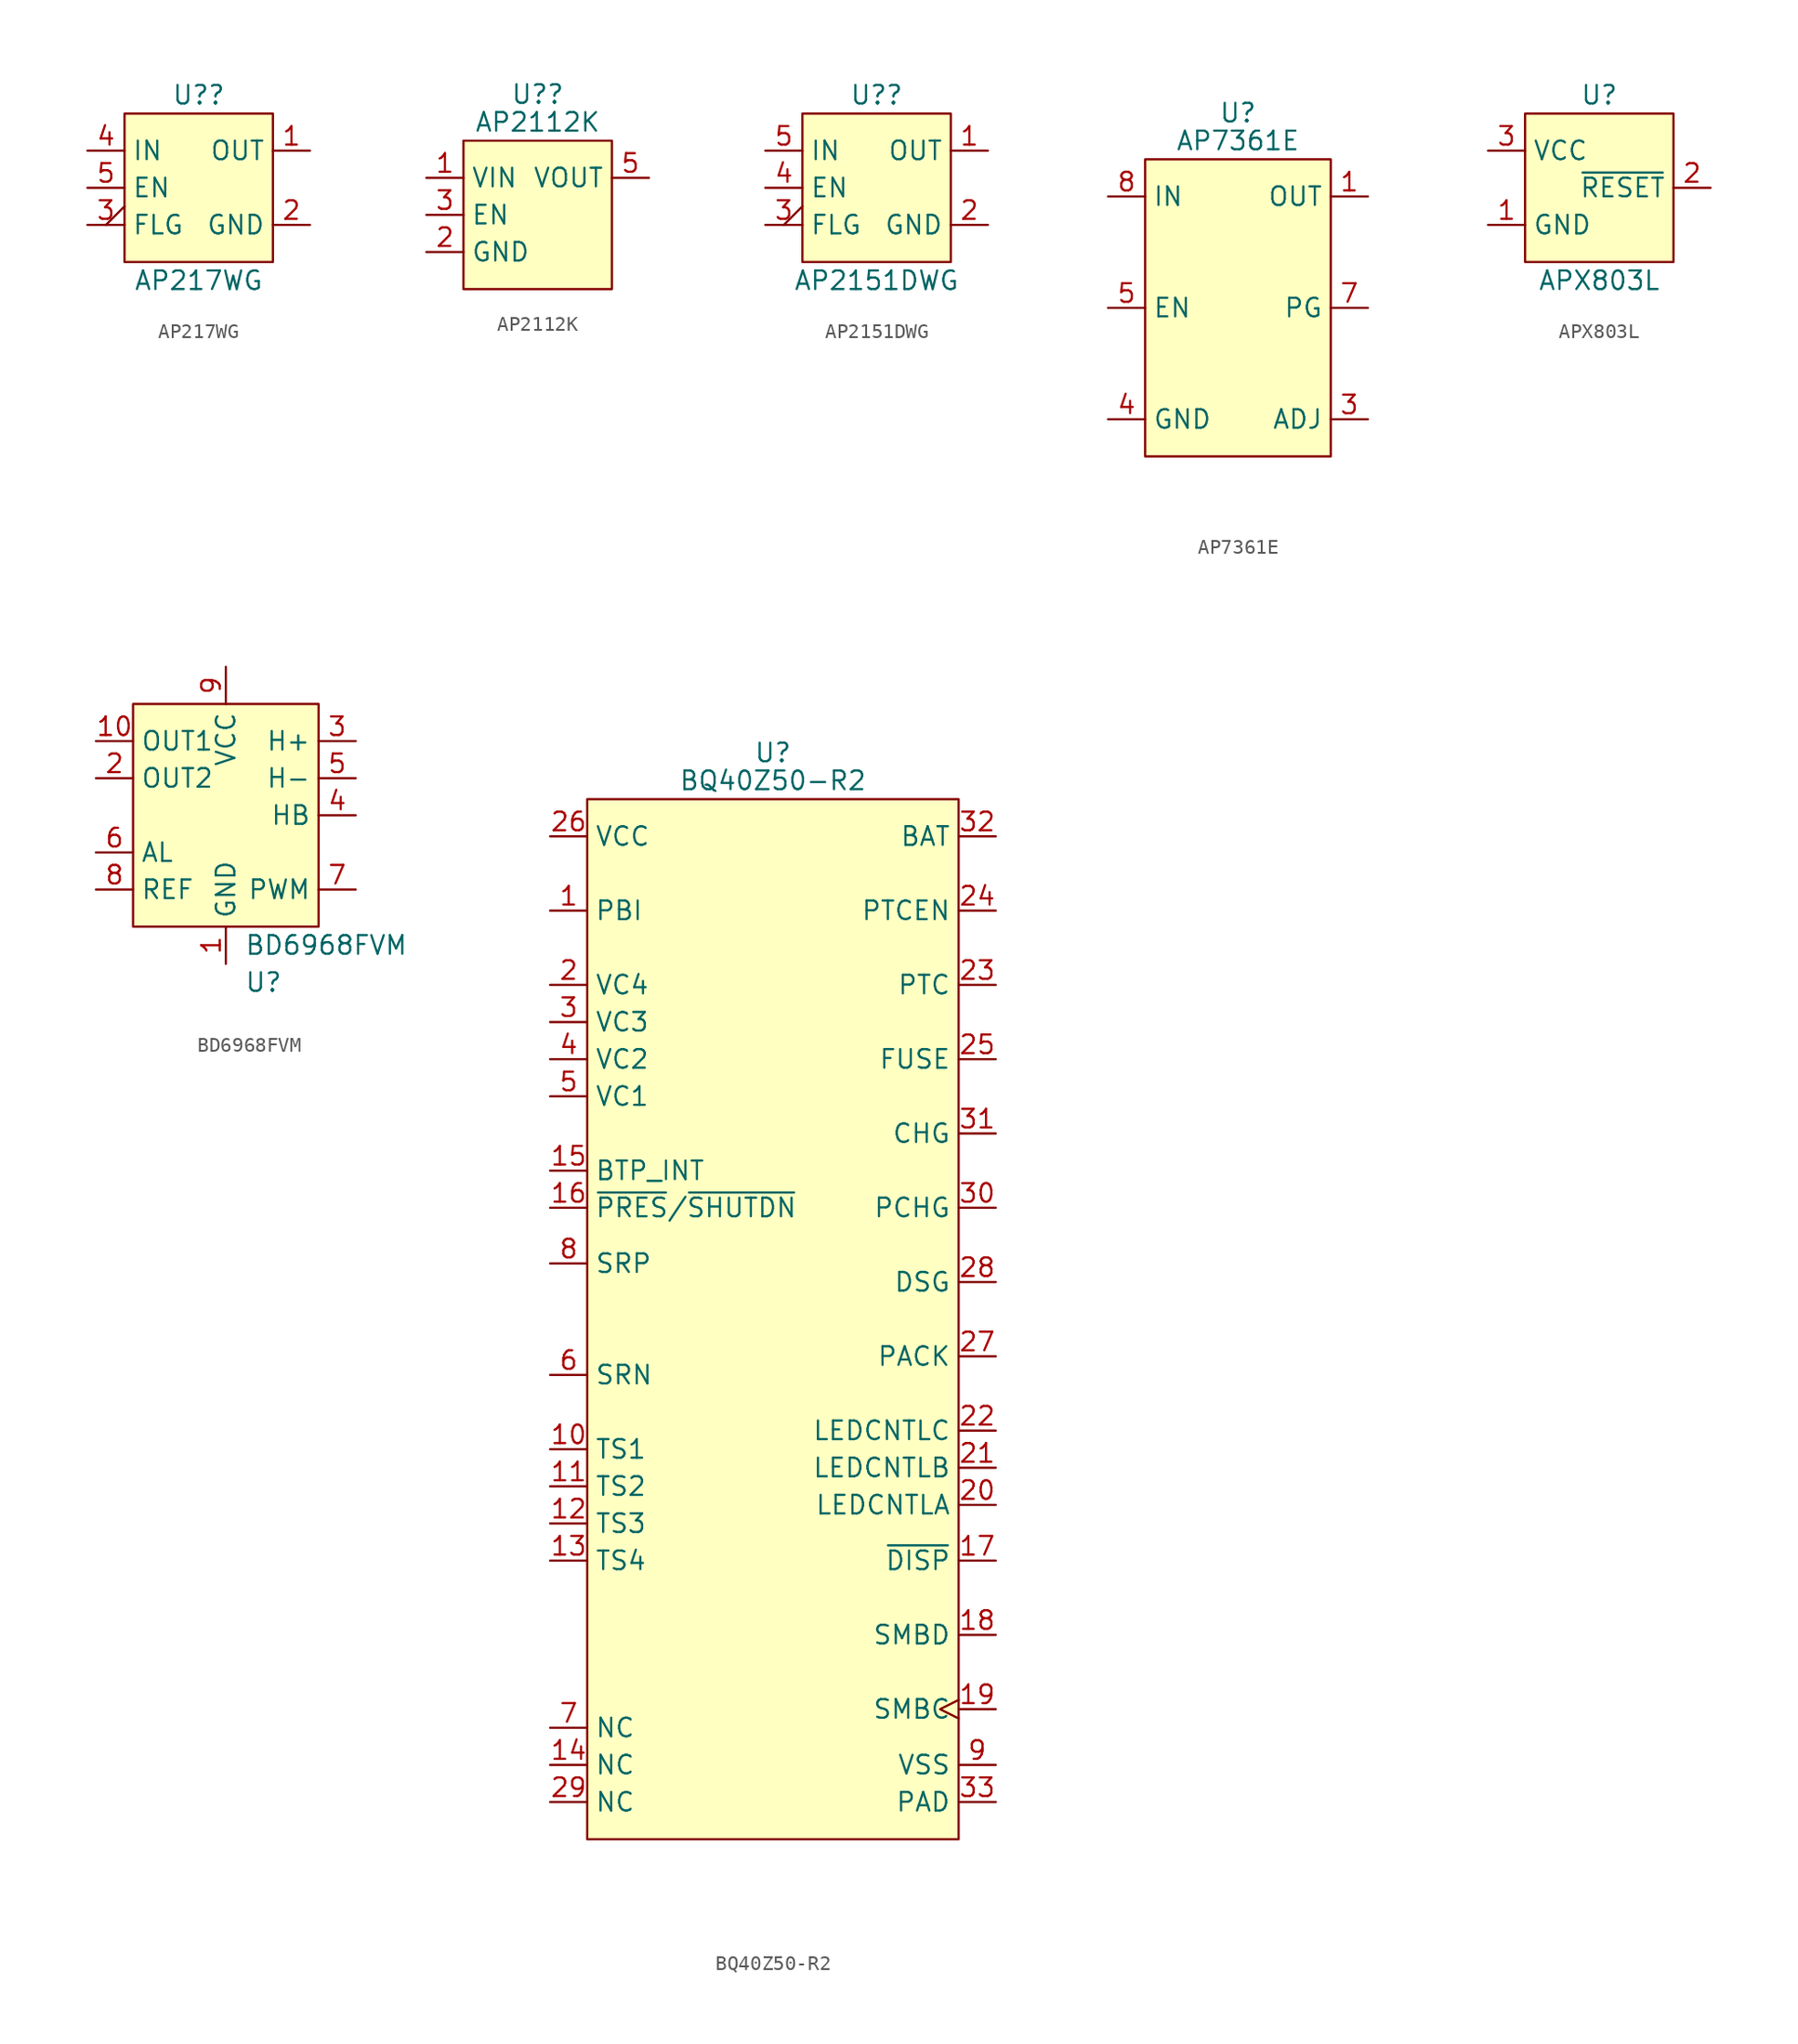
<source format=kicad_sym>
(kicad_symbol_lib
  (version 20241209)
  (generator "kicad_symbol_editor")
  (generator_version "9.0")
  (symbol "AP217WG"
    (property "Reference" "U?"
      (at 0 6.35 0)
      (do_not_autoplace)
      (effects (font (size 1.27 1.27))))
    (property "Value" "AP217WG"
      (at 0 -6.35 0)
      (do_not_autoplace)
      (effects (font (size 1.27 1.27))))
    (symbol "AP217WG_0_0"
      (pin power_in line (at -7.62 2.54 0) (length 2.54) (name "IN" (effects (font (size 1.27 1.27)))) (number "4" (effects (font (size 1.27 1.27)))))
      (pin input line (at -7.62 0 0) (length 2.54) (name "EN" (effects (font (size 1.27 1.27)))) (number "5" (effects (font (size 1.27 1.27)))))
      (pin output output_low (at -7.62 -2.54 0) (length 2.54) (name "FLG" (effects (font (size 1.27 1.27)))) (number "3" (effects (font (size 1.27 1.27)))))
      (pin power_out line (at 7.62 2.54 180) (length 2.54) (name "OUT" (effects (font (size 1.27 1.27)))) (number "1" (effects (font (size 1.27 1.27)))))
      (pin passive line (at 7.62 -2.54 180) (length 2.54) (name "GND" (effects (font (size 1.27 1.27)))) (number "2" (effects (font (size 1.27 1.27))))))
    (symbol "AP217WG_1_1"
      (rectangle (start -5.08 5.08) (end 5.08 -5.08) (stroke (width 0) (type default)) (fill (type background)))))
  (symbol "AP2112K"
    (property "Reference" "U?"
      (at 0 8.255 0)
      (do_not_autoplace)
      (effects (font (size 1.27 1.27))))
    (property "Value" "AP2112K"
      (at 0 6.35 0)
      (do_not_autoplace)
      (effects (font (size 1.27 1.27))))
    (symbol "AP2112K_0_0"
      (pin power_in line (at -7.62 2.54 0) (length 2.54) (name "VIN" (effects (font (size 1.27 1.27)))) (number "1" (effects (font (size 1.27 1.27)))))
      (pin input line (at -7.62 0 0) (length 2.54) (name "EN" (effects (font (size 1.27 1.27)))) (number "3" (effects (font (size 1.27 1.27)))))
      (pin passive line (at -7.62 -2.54 0) (length 2.54) (name "GND" (effects (font (size 1.27 1.27)))) (number "2" (effects (font (size 1.27 1.27)))))
      (pin power_out line (at 7.62 2.54 180) (length 2.54) (name "VOUT" (effects (font (size 1.27 1.27)))) (number "5" (effects (font (size 1.27 1.27))))))
    (symbol "AP2112K_1_0"
      (pin no_connect non_logic (at 7.62 -2.54 180) (length 2.54) (hide yes) (name "NC" (effects (font (size 1.27 1.27)))) (number "4" (effects (font (size 1.27 1.27))))))
    (symbol "AP2112K_1_1"
      (rectangle (start -5.08 5.08) (end 5.08 -5.08) (stroke (width 0) (type default)) (fill (type background)))))
  (symbol "AP2151DWG"
    (property "Reference" "U?"
      (at 0 6.35 0)
      (do_not_autoplace)
      (effects (font (size 1.27 1.27))))
    (property "Value" "AP2151DWG"
      (at 0 -6.35 0)
      (do_not_autoplace)
      (effects (font (size 1.27 1.27))))
    (symbol "AP2151DWG_0_0"
      (pin output output_low (at -7.62 -2.54 0) (length 2.54) (name "FLG" (effects (font (size 1.27 1.27)))) (number "3" (effects (font (size 1.27 1.27)))))
      (pin power_out line (at 7.62 2.54 180) (length 2.54) (name "OUT" (effects (font (size 1.27 1.27)))) (number "1" (effects (font (size 1.27 1.27)))))
      (pin passive line (at 7.62 -2.54 180) (length 2.54) (name "GND" (effects (font (size 1.27 1.27)))) (number "2" (effects (font (size 1.27 1.27))))))
    (symbol "AP2151DWG_1_0"
      (pin power_in line (at -7.62 2.54 0) (length 2.54) (name "IN" (effects (font (size 1.27 1.27)))) (number "5" (effects (font (size 1.27 1.27)))))
      (pin input line (at -7.62 0 0) (length 2.54) (name "EN" (effects (font (size 1.27 1.27)))) (number "4" (effects (font (size 1.27 1.27))))))
    (symbol "AP2151DWG_1_1"
      (rectangle (start -5.08 5.08) (end 5.08 -5.08) (stroke (width 0) (type default)) (fill (type background)))))
  (symbol "AP7361E"
    (property "Reference" "U"
      (at 0 13.335 0)
      (do_not_autoplace)
      (effects (font (size 1.27 1.27))))
    (property "Value" "AP7361E"
      (at 0 11.43 0)
      (do_not_autoplace)
      (effects (font (size 1.27 1.27))))
    (symbol "AP7361E_0_0"
      (pin power_in line (at -8.89 7.62 0) (length 2.54) (name "IN" (effects (font (size 1.27 1.27)))) (number "8" (effects (font (size 1.27 1.27)))))
      (pin input line (at -8.89 0 0) (length 2.54) (name "EN" (effects (font (size 1.27 1.27)))) (number "5" (effects (font (size 1.27 1.27)))))
      (pin passive line (at -8.89 -7.62 0) (length 2.54) (name "GND" (effects (font (size 1.27 1.27)))) (number "4" (effects (font (size 1.27 1.27)))))
      (pin power_out line (at 8.89 7.62 180) (length 2.54) (name "OUT" (effects (font (size 1.27 1.27)))) (number "1" (effects (font (size 1.27 1.27)))))
      (pin output line (at 8.89 0 180) (length 2.54) (name "PG" (effects (font (size 1.27 1.27)))) (number "7" (effects (font (size 1.27 1.27))))))
    (symbol "AP7361E_1_0"
      (pin passive line (at -8.89 -7.62 0) (length 2.54) (hide yes) (name "GND" (effects (font (size 1.27 1.27)))) (number "9" (effects (font (size 1.27 1.27)))))
      (pin no_connect line (at 0 -12.7 90) (length 2.54) (hide yes) (name "NC" (effects (font (size 1.27 1.27)))) (number "2" (effects (font (size 1.27 1.27)))))
      (pin no_connect line (at 0 -12.7 90) (length 2.54) (hide yes) (name "NC" (effects (font (size 1.27 1.27)))) (number "6" (effects (font (size 1.27 1.27)))))
      (pin passive line (at 8.89 -7.62 180) (length 2.54) (name "ADJ" (effects (font (size 1.27 1.27)))) (number "3" (effects (font (size 1.27 1.27)))) (alternate "NC" no_connect line)))
    (symbol "AP7361E_1_1"
      (rectangle (start -6.35 10.16) (end 6.35 -10.16) (stroke (width 0) (type default)) (fill (type background)))))
  (symbol "APX803L"
    (property "Reference" "U"
      (at 0 6.35 0)
      (do_not_autoplace)
      (effects (font (size 1.27 1.27))))
    (property "Value" "APX803L"
      (at 0 -6.35 0)
      (do_not_autoplace)
      (effects (font (size 1.27 1.27))))
    (symbol "APX803L_0_0"
      (pin power_in line (at -7.62 2.54 0) (length 2.54) (name "VCC" (effects (font (size 1.27 1.27)))) (number "3" (effects (font (size 1.27 1.27)))))
      (pin passive line (at -7.62 -2.54 0) (length 2.54) (name "GND" (effects (font (size 1.27 1.27)))) (number "1" (effects (font (size 1.27 1.27)))))
      (pin input line (at 7.62 0 180) (length 2.54) (name "~{RESET}" (effects (font (size 1.27 1.27)))) (number "2" (effects (font (size 1.27 1.27))))))
    (symbol "APX803L_1_1"
      (rectangle (start -5.08 5.08) (end 5.08 -5.08) (stroke (width 0) (type default)) (fill (type background)))))
  (symbol "BD6968FVM"
    (property "Reference" "U"
      (at 1.27 -19.05 0)
      (effects (font (size 1.27 1.27)) (justify left)))
    (property "Value" "BD6968FVM"
      (at 1.27 -16.51 0)
      (effects (font (size 1.27 1.27)) (justify left)))
    (property "populate" ""
      (at 0 0 0)
      (effects (font (size 1.27 1.27))))
    (symbol "BD6968FVM_0_1"
      (rectangle (start -6.35 0) (end 6.35 -15.24) (stroke (width 0) (type default)) (fill (type background))))
    (symbol "BD6968FVM_1_1"
      (pin output line (at -8.89 -2.54 0) (length 2.54) (name "OUT1" (effects (font (size 1.27 1.27)))) (number "10" (effects (font (size 1.27 1.27)))))
      (pin output line (at -8.89 -5.08 0) (length 2.54) (name "OUT2" (effects (font (size 1.27 1.27)))) (number "2" (effects (font (size 1.27 1.27)))))
      (pin output line (at -8.89 -10.16 0) (length 2.54) (name "AL" (effects (font (size 1.27 1.27)))) (number "6" (effects (font (size 1.27 1.27)))))
      (pin output line (at -8.89 -12.7 0) (length 2.54) (name "REF" (effects (font (size 1.27 1.27)))) (number "8" (effects (font (size 1.27 1.27)))))
      (pin power_in line (at 0 2.54 270) (length 2.54) (name "VCC" (effects (font (size 1.27 1.27)))) (number "9" (effects (font (size 1.27 1.27)))))
      (pin passive line (at 0 -17.78 90) (length 2.54) (name "GND" (effects (font (size 1.27 1.27)))) (number "1" (effects (font (size 1.27 1.27)))))
      (pin input line (at 8.89 -2.54 180) (length 2.54) (name "H+" (effects (font (size 1.27 1.27)))) (number "3" (effects (font (size 1.27 1.27)))))
      (pin input line (at 8.89 -5.08 180) (length 2.54) (name "H-" (effects (font (size 1.27 1.27)))) (number "5" (effects (font (size 1.27 1.27)))))
      (pin output line (at 8.89 -7.62 180) (length 2.54) (name "HB" (effects (font (size 1.27 1.27)))) (number "4" (effects (font (size 1.27 1.27)))))
      (pin input line (at 8.89 -12.7 180) (length 2.54) (name "PWM" (effects (font (size 1.27 1.27)))) (number "7" (effects (font (size 1.27 1.27)))))))
  (symbol "BQ40Z50-R2"
    (property "Reference" "U"
      (at 0 38.735 0)
      (do_not_autoplace)
      (effects (font (size 1.27 1.27))))
    (property "Value" "BQ40Z50-R2"
      (at 0 36.83 0)
      (do_not_autoplace)
      (effects (font (size 1.27 1.27))))
    (symbol "BQ40Z50-R2_0_0"
      (pin power_in line (at -15.24 33.02 0) (length 2.54) (name "VCC" (effects (font (size 1.27 1.27)))) (number "26" (effects (font (size 1.27 1.27)))))
      (pin power_in line (at -15.24 27.94 0) (length 2.54) (name "PBI" (effects (font (size 1.27 1.27)))) (number "1" (effects (font (size 1.27 1.27)))))
      (pin power_in line (at -15.24 22.86 0) (length 2.54) (name "VC4" (effects (font (size 1.27 1.27)))) (number "2" (effects (font (size 1.27 1.27)))))
      (pin power_in line (at -15.24 20.32 0) (length 2.54) (name "VC3" (effects (font (size 1.27 1.27)))) (number "3" (effects (font (size 1.27 1.27)))))
      (pin power_in line (at -15.24 17.78 0) (length 2.54) (name "VC2" (effects (font (size 1.27 1.27)))) (number "4" (effects (font (size 1.27 1.27)))))
      (pin power_in line (at -15.24 15.24 0) (length 2.54) (name "VC1" (effects (font (size 1.27 1.27)))) (number "5" (effects (font (size 1.27 1.27)))))
      (pin output line (at -15.24 10.16 0) (length 2.54) (name "BTP_INT" (effects (font (size 1.27 1.27)))) (number "15" (effects (font (size 1.27 1.27)))))
      (pin input line (at -15.24 3.81 0) (length 2.54) (name "SRP" (effects (font (size 1.27 1.27)))) (number "8" (effects (font (size 1.27 1.27)))))
      (pin input line (at -15.24 -3.81 0) (length 2.54) (name "SRN" (effects (font (size 1.27 1.27)))) (number "6" (effects (font (size 1.27 1.27)))))
      (pin input line (at -15.24 -8.89 0) (length 2.54) (name "TS1" (effects (font (size 1.27 1.27)))) (number "10" (effects (font (size 1.27 1.27)))))
      (pin input line (at -15.24 -11.43 0) (length 2.54) (name "TS2" (effects (font (size 1.27 1.27)))) (number "11" (effects (font (size 1.27 1.27)))))
      (pin input line (at -15.24 -13.97 0) (length 2.54) (name "TS3" (effects (font (size 1.27 1.27)))) (number "12" (effects (font (size 1.27 1.27)))))
      (pin input line (at -15.24 -16.51 0) (length 2.54) (name "TS4" (effects (font (size 1.27 1.27)))) (number "13" (effects (font (size 1.27 1.27)))))
      (pin power_in line (at 15.24 33.02 180) (length 2.54) (name "BAT" (effects (font (size 1.27 1.27)))) (number "32" (effects (font (size 1.27 1.27)))))
      (pin input line (at 15.24 27.94 180) (length 2.54) (name "PTCEN" (effects (font (size 1.27 1.27)))) (number "24" (effects (font (size 1.27 1.27)))))
      (pin input line (at 15.24 22.86 180) (length 2.54) (name "PTC" (effects (font (size 1.27 1.27)))) (number "23" (effects (font (size 1.27 1.27)))))
      (pin output line (at 15.24 17.78 180) (length 2.54) (name "FUSE" (effects (font (size 1.27 1.27)))) (number "25" (effects (font (size 1.27 1.27)))))
      (pin output line (at 15.24 12.7 180) (length 2.54) (name "CHG" (effects (font (size 1.27 1.27)))) (number "31" (effects (font (size 1.27 1.27)))))
      (pin output line (at 15.24 7.62 180) (length 2.54) (name "PCHG" (effects (font (size 1.27 1.27)))) (number "30" (effects (font (size 1.27 1.27)))))
      (pin output line (at 15.24 2.54 180) (length 2.54) (name "DSG" (effects (font (size 1.27 1.27)))) (number "28" (effects (font (size 1.27 1.27)))))
      (pin input line (at 15.24 -2.54 180) (length 2.54) (name "PACK" (effects (font (size 1.27 1.27)))) (number "27" (effects (font (size 1.27 1.27)))))
      (pin output line (at 15.24 -7.62 180) (length 2.54) (name "LEDCNTLC" (effects (font (size 1.27 1.27)))) (number "22" (effects (font (size 1.27 1.27)))))
      (pin output line (at 15.24 -10.16 180) (length 2.54) (name "LEDCNTLB" (effects (font (size 1.27 1.27)))) (number "21" (effects (font (size 1.27 1.27)))))
      (pin output line (at 15.24 -12.7 180) (length 2.54) (name "LEDCNTLA" (effects (font (size 1.27 1.27)))) (number "20" (effects (font (size 1.27 1.27)))))
      (pin passive line (at 15.24 -16.51 180) (length 2.54) (name "~{DISP}" (effects (font (size 1.27 1.27)))) (number "17" (effects (font (size 1.27 1.27)))))
      (pin bidirectional line (at 15.24 -21.59 180) (length 2.54) (name "SMBD" (effects (font (size 1.27 1.27)))) (number "18" (effects (font (size 1.27 1.27)))))
      (pin bidirectional clock (at 15.24 -26.67 180) (length 2.54) (name "SMBC" (effects (font (size 1.27 1.27)))) (number "19" (effects (font (size 1.27 1.27)))))
      (pin passive line (at 15.24 -30.48 180) (length 2.54) (name "VSS" (effects (font (size 1.27 1.27)))) (number "9" (effects (font (size 1.27 1.27))))))
    (symbol "BQ40Z50-R2_1_0"
      (pin input line (at -15.24 7.62 0) (length 2.54) (name "~{PRES}/~{SHUTDN}" (effects (font (size 1.27 1.27)))) (number "16" (effects (font (size 1.27 1.27)))))
      (pin passive line (at -15.24 -27.94 0) (length 2.54) (name "NC" (effects (font (size 1.27 1.27)))) (number "7" (effects (font (size 1.27 1.27)))))
      (pin passive line (at -15.24 -30.48 0) (length 2.54) (name "NC" (effects (font (size 1.27 1.27)))) (number "14" (effects (font (size 1.27 1.27)))))
      (pin passive line (at -15.24 -33.02 0) (length 2.54) (name "NC" (effects (font (size 1.27 1.27)))) (number "29" (effects (font (size 1.27 1.27)))))
      (pin passive line (at 15.24 -33.02 180) (length 2.54) (name "PAD" (effects (font (size 1.27 1.27)))) (number "33" (effects (font (size 1.27 1.27))))))
    (symbol "BQ40Z50-R2_1_1"
      (rectangle (start -12.7 35.56) (end 12.7 -35.56) (stroke (width 0) (type default)) (fill (type background))))))
</source>
